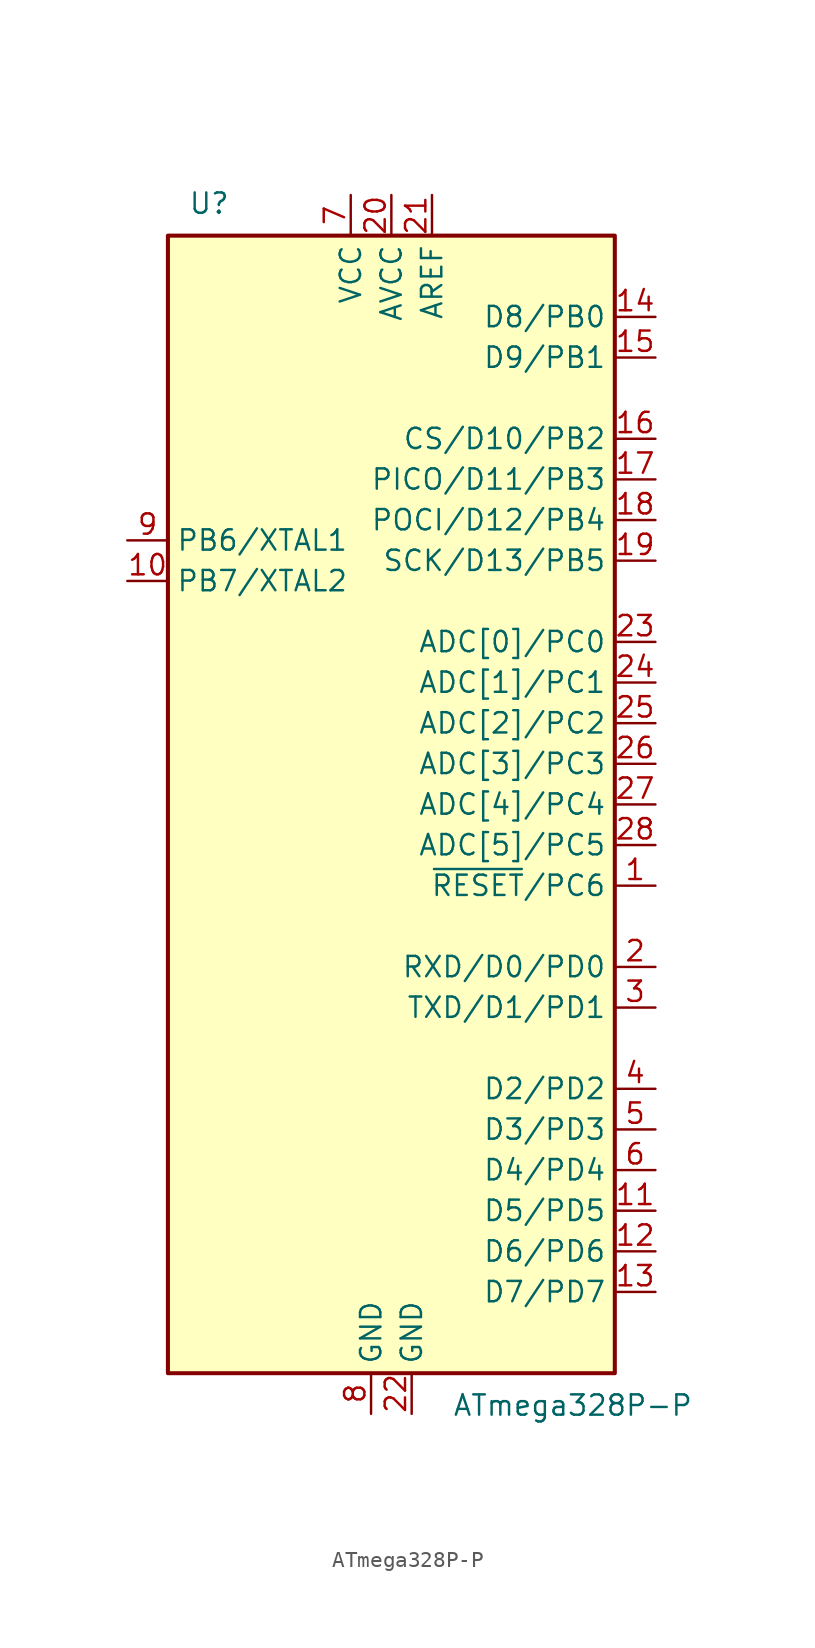
<source format=kicad_sym>
(kicad_symbol_lib
  (version 20211014)
  (generator kicad_symbol_editor)
  (symbol "ATmega328P-P"
    (property "Reference" "U"
      (at -12.7 36.83 0)
      (effects (font (size 1.27 1.27)) (justify left bottom)))
    (property "Value" "ATmega328P-P"
      (at 3.81 -36.83 0)
      (effects (font (size 1.27 1.27)) (justify left top)))
    (symbol "ATmega328P-P_0_1"
      (rectangle (start -13.97 35.56) (end 13.97 -35.56) (stroke (width 0.254) (type default) (color 0 0 0 0)) (fill (type background))))
    (symbol "ATmega328P-P_1_1"
      (pin bidirectional line (at 16.51 -5.08 180) (length 2.54) (name "~{RESET}/PC6" (effects (font (size 1.27 1.27)))) (number "1" (effects (font (size 1.27 1.27)))))
      (pin bidirectional line (at -16.51 13.97 0) (length 2.54) (name "PB7/XTAL2" (effects (font (size 1.27 1.27)))) (number "10" (effects (font (size 1.27 1.27)))))
      (pin bidirectional line (at 16.51 -25.4 180) (length 2.54) (name "D5/PD5" (effects (font (size 1.27 1.27)))) (number "11" (effects (font (size 1.27 1.27)))))
      (pin bidirectional line (at 16.51 -27.94 180) (length 2.54) (name "D6/PD6" (effects (font (size 1.27 1.27)))) (number "12" (effects (font (size 1.27 1.27)))))
      (pin bidirectional line (at 16.51 -30.48 180) (length 2.54) (name "D7/PD7" (effects (font (size 1.27 1.27)))) (number "13" (effects (font (size 1.27 1.27)))))
      (pin bidirectional line (at 16.51 30.48 180) (length 2.54) (name "D8/PB0" (effects (font (size 1.27 1.27)))) (number "14" (effects (font (size 1.27 1.27)))))
      (pin bidirectional line (at 16.51 27.94 180) (length 2.54) (name "D9/PB1" (effects (font (size 1.27 1.27)))) (number "15" (effects (font (size 1.27 1.27)))))
      (pin bidirectional line (at 16.51 22.86 180) (length 2.54) (name "CS/D10/PB2" (effects (font (size 1.27 1.27)))) (number "16" (effects (font (size 1.27 1.27)))))
      (pin bidirectional line (at 16.51 20.32 180) (length 2.54) (name "PICO/D11/PB3" (effects (font (size 1.27 1.27)))) (number "17" (effects (font (size 1.27 1.27)))))
      (pin bidirectional line (at 16.51 17.78 180) (length 2.54) (name "POCI/D12/PB4" (effects (font (size 1.27 1.27)))) (number "18" (effects (font (size 1.27 1.27)))))
      (pin bidirectional line (at 16.51 15.24 180) (length 2.54) (name "SCK/D13/PB5" (effects (font (size 1.27 1.27)))) (number "19" (effects (font (size 1.27 1.27)))))
      (pin bidirectional line (at 16.51 -10.16 180) (length 2.54) (name "RXD/D0/PD0" (effects (font (size 1.27 1.27)))) (number "2" (effects (font (size 1.27 1.27)))))
      (pin power_in line (at 0 38.1 270) (length 2.54) (name "AVCC" (effects (font (size 1.27 1.27)))) (number "20" (effects (font (size 1.27 1.27)))))
      (pin passive line (at 2.54 38.1 270) (length 2.54) (name "AREF" (effects (font (size 1.27 1.27)))) (number "21" (effects (font (size 1.27 1.27)))))
      (pin power_in line (at 1.27 -38.1 90) (length 2.54) (name "GND" (effects (font (size 1.27 1.27)))) (number "22" (effects (font (size 1.27 1.27)))))
      (pin bidirectional line (at 16.51 10.16 180) (length 2.54) (name "ADC[0]/PC0" (effects (font (size 1.27 1.27)))) (number "23" (effects (font (size 1.27 1.27)))))
      (pin bidirectional line (at 16.51 7.62 180) (length 2.54) (name "ADC[1]/PC1" (effects (font (size 1.27 1.27)))) (number "24" (effects (font (size 1.27 1.27)))))
      (pin bidirectional line (at 16.51 5.08 180) (length 2.54) (name "ADC[2]/PC2" (effects (font (size 1.27 1.27)))) (number "25" (effects (font (size 1.27 1.27)))))
      (pin bidirectional line (at 16.51 2.54 180) (length 2.54) (name "ADC[3]/PC3" (effects (font (size 1.27 1.27)))) (number "26" (effects (font (size 1.27 1.27)))))
      (pin bidirectional line (at 16.51 0 180) (length 2.54) (name "ADC[4]/PC4" (effects (font (size 1.27 1.27)))) (number "27" (effects (font (size 1.27 1.27)))))
      (pin bidirectional line (at 16.51 -2.54 180) (length 2.54) (name "ADC[5]/PC5" (effects (font (size 1.27 1.27)))) (number "28" (effects (font (size 1.27 1.27)))))
      (pin bidirectional line (at 16.51 -12.7 180) (length 2.54) (name "TXD/D1/PD1" (effects (font (size 1.27 1.27)))) (number "3" (effects (font (size 1.27 1.27)))))
      (pin bidirectional line (at 16.51 -17.78 180) (length 2.54) (name "D2/PD2" (effects (font (size 1.27 1.27)))) (number "4" (effects (font (size 1.27 1.27)))))
      (pin bidirectional line (at 16.51 -20.32 180) (length 2.54) (name "D3/PD3" (effects (font (size 1.27 1.27)))) (number "5" (effects (font (size 1.27 1.27)))))
      (pin bidirectional line (at 16.51 -22.86 180) (length 2.54) (name "D4/PD4" (effects (font (size 1.27 1.27)))) (number "6" (effects (font (size 1.27 1.27)))))
      (pin power_in line (at -2.54 38.1 270) (length 2.54) (name "VCC" (effects (font (size 1.27 1.27)))) (number "7" (effects (font (size 1.27 1.27)))))
      (pin power_in line (at -1.27 -38.1 90) (length 2.54) (name "GND" (effects (font (size 1.27 1.27)))) (number "8" (effects (font (size 1.27 1.27)))))
      (pin bidirectional line (at -16.51 16.51 0) (length 2.54) (name "PB6/XTAL1" (effects (font (size 1.27 1.27)))) (number "9" (effects (font (size 1.27 1.27))))))))
</source>
